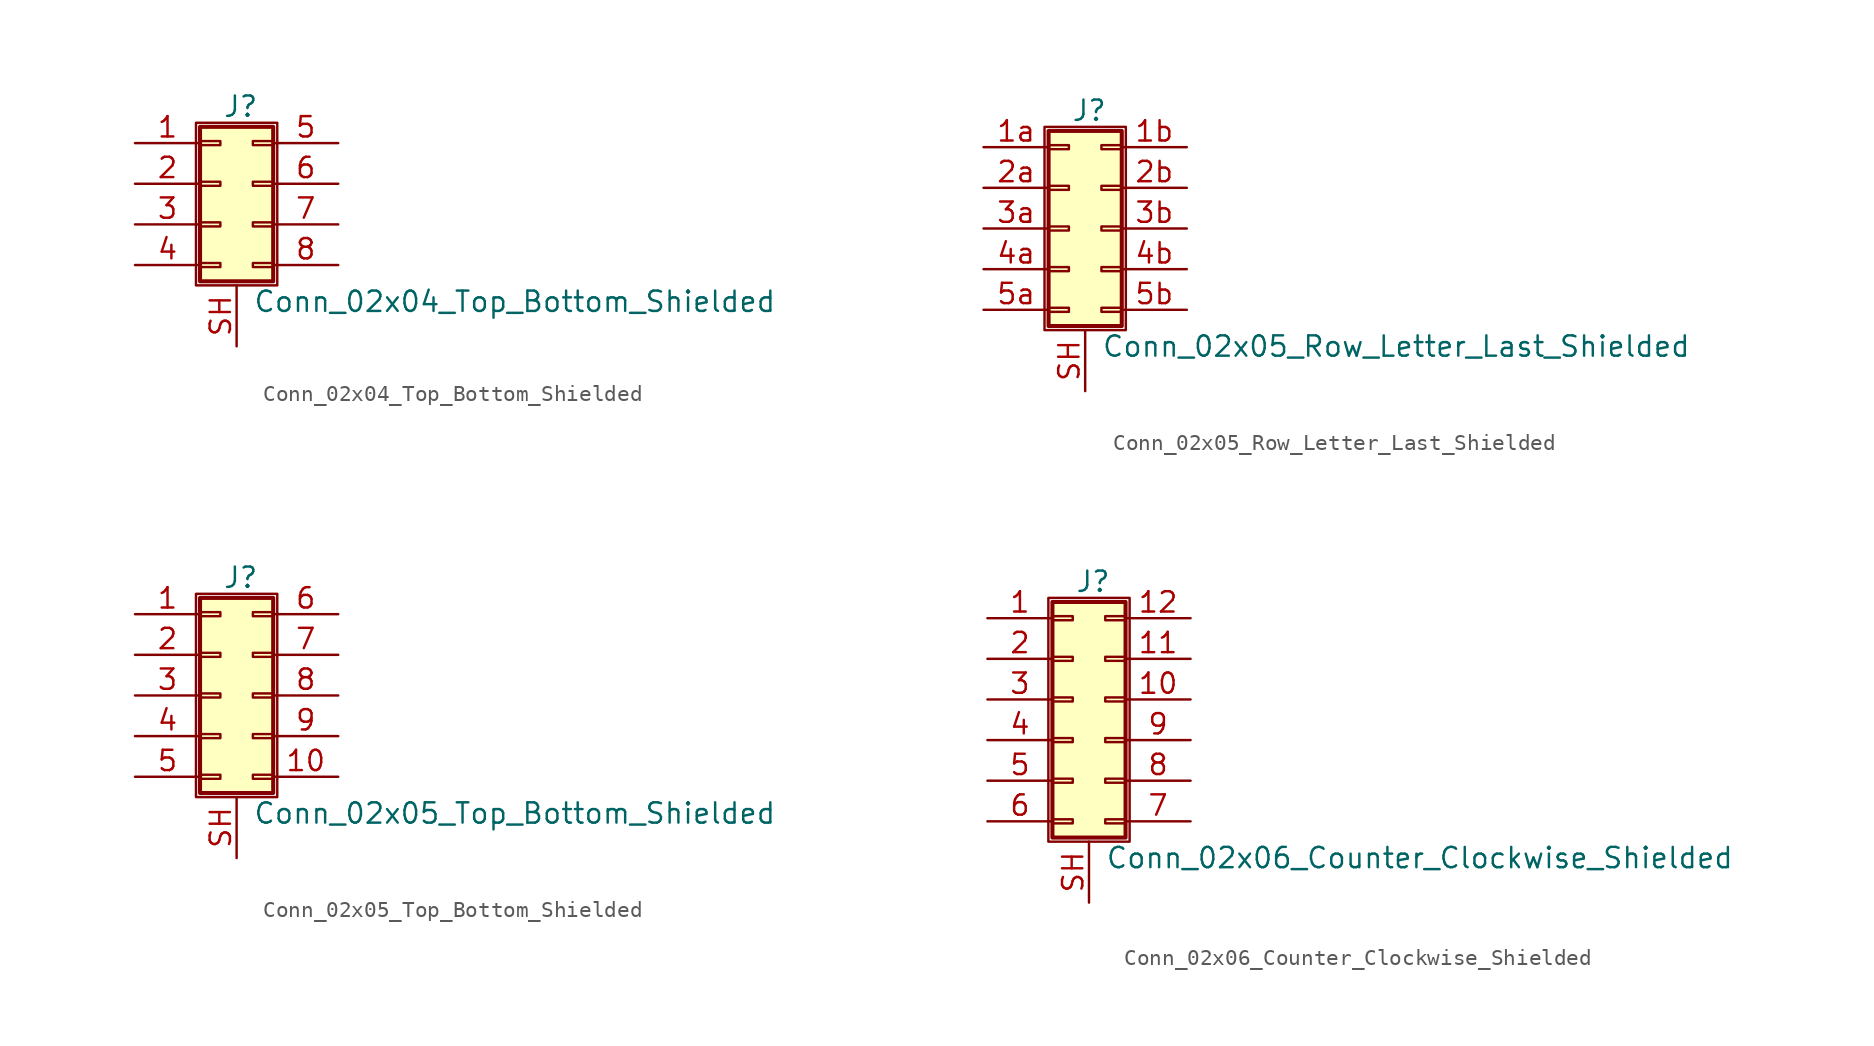
<source format=kicad_sym>
(kicad_symbol_lib
  (version 20201005)
  (generator kicad_symbol_editor)
  (symbol "Conn_02x04_Top_Bottom_Shielded"
    (pin_names
      (offset 1.016) hide)
    (property "Reference" "J"
      (at 1.524 4.826 0)
      (effects (font (size 1.27 1.27))))
    (property "Value" "Conn_02x04_Top_Bottom_Shielded"
      (at 2.286 -7.366 0)
      (effects (font (size 1.27 1.27)) (justify left)))
    (symbol "Conn_02x04_Top_Bottom_Shielded_1_1"
      (rectangle (start -1.27 3.81) (end 3.81 -6.35) (stroke (width 0.152)) (fill (type none)))
      (rectangle (start -1.016 -4.953) (end 0.254 -5.207) (stroke (width 0.152)) (fill (type none)))
      (rectangle (start -1.016 -2.413) (end 0.254 -2.667) (stroke (width 0.152)) (fill (type none)))
      (rectangle (start -1.016 0.127) (end 0.254 -0.127) (stroke (width 0.152)) (fill (type none)))
      (rectangle (start -1.016 2.667) (end 0.254 2.413) (stroke (width 0.152)) (fill (type none)))
      (rectangle (start -1.016 3.556) (end 3.556 -6.096) (stroke (width 0.254)) (fill (type background)))
      (rectangle (start 3.556 -4.953) (end 2.286 -5.207) (stroke (width 0.152)) (fill (type none)))
      (rectangle (start 3.556 -2.413) (end 2.286 -2.667) (stroke (width 0.152)) (fill (type none)))
      (rectangle (start 3.556 0.127) (end 2.286 -0.127) (stroke (width 0.152)) (fill (type none)))
      (rectangle (start 3.556 2.667) (end 2.286 2.413) (stroke (width 0.152)) (fill (type none)))
      (pin passive line (at -5.08 2.54 0) (length 4.064) (name "Pin_1" (effects (font (size 1.27 1.27)))) (number "1" (effects (font (size 1.27 1.27)))))
      (pin passive line (at -5.08 0 0) (length 4.064) (name "Pin_2" (effects (font (size 1.27 1.27)))) (number "2" (effects (font (size 1.27 1.27)))))
      (pin passive line (at -5.08 -2.54 0) (length 4.064) (name "Pin_3" (effects (font (size 1.27 1.27)))) (number "3" (effects (font (size 1.27 1.27)))))
      (pin passive line (at -5.08 -5.08 0) (length 4.064) (name "Pin_4" (effects (font (size 1.27 1.27)))) (number "4" (effects (font (size 1.27 1.27)))))
      (pin passive line (at 7.62 2.54 180) (length 4.064) (name "Pin_5" (effects (font (size 1.27 1.27)))) (number "5" (effects (font (size 1.27 1.27)))))
      (pin passive line (at 7.62 0 180) (length 4.064) (name "Pin_6" (effects (font (size 1.27 1.27)))) (number "6" (effects (font (size 1.27 1.27)))))
      (pin passive line (at 7.62 -2.54 180) (length 4.064) (name "Pin_7" (effects (font (size 1.27 1.27)))) (number "7" (effects (font (size 1.27 1.27)))))
      (pin passive line (at 7.62 -5.08 180) (length 4.064) (name "Pin_8" (effects (font (size 1.27 1.27)))) (number "8" (effects (font (size 1.27 1.27)))))
      (pin passive line (at 1.27 -10.16 90) (length 3.81) (name "Shield" (effects (font (size 1.27 1.27)))) (number "SH" (effects (font (size 1.27 1.27)))))))
  (symbol "Conn_02x05_Row_Letter_Last_Shielded"
    (pin_names
      (offset 1.016) hide)
    (property "Reference" "J"
      (at 1.524 7.366 0)
      (effects (font (size 1.27 1.27))))
    (property "Value" "Conn_02x05_Row_Letter_Last_Shielded"
      (at 2.286 -7.366 0)
      (effects (font (size 1.27 1.27)) (justify left)))
    (symbol "Conn_02x05_Row_Letter_Last_Shielded_1_1"
      (rectangle (start -1.27 6.35) (end 3.81 -6.35) (stroke (width 0.152)) (fill (type none)))
      (rectangle (start -1.016 -4.953) (end 0.254 -5.207) (stroke (width 0.152)) (fill (type none)))
      (rectangle (start -1.016 -2.413) (end 0.254 -2.667) (stroke (width 0.152)) (fill (type none)))
      (rectangle (start -1.016 0.127) (end 0.254 -0.127) (stroke (width 0.152)) (fill (type none)))
      (rectangle (start -1.016 2.667) (end 0.254 2.413) (stroke (width 0.152)) (fill (type none)))
      (rectangle (start -1.016 5.207) (end 0.254 4.953) (stroke (width 0.152)) (fill (type none)))
      (rectangle (start -1.016 6.096) (end 3.556 -6.096) (stroke (width 0.254)) (fill (type background)))
      (rectangle (start 3.556 -4.953) (end 2.286 -5.207) (stroke (width 0.152)) (fill (type none)))
      (rectangle (start 3.556 -2.413) (end 2.286 -2.667) (stroke (width 0.152)) (fill (type none)))
      (rectangle (start 3.556 0.127) (end 2.286 -0.127) (stroke (width 0.152)) (fill (type none)))
      (rectangle (start 3.556 2.667) (end 2.286 2.413) (stroke (width 0.152)) (fill (type none)))
      (rectangle (start 3.556 5.207) (end 2.286 4.953) (stroke (width 0.152)) (fill (type none)))
      (pin passive line (at -5.08 5.08 0) (length 4.064) (name "Pin_1a" (effects (font (size 1.27 1.27)))) (number "1a" (effects (font (size 1.27 1.27)))))
      (pin passive line (at 7.62 5.08 180) (length 4.064) (name "Pin_1b" (effects (font (size 1.27 1.27)))) (number "1b" (effects (font (size 1.27 1.27)))))
      (pin passive line (at -5.08 2.54 0) (length 4.064) (name "Pin_2a" (effects (font (size 1.27 1.27)))) (number "2a" (effects (font (size 1.27 1.27)))))
      (pin passive line (at 7.62 2.54 180) (length 4.064) (name "Pin_2b" (effects (font (size 1.27 1.27)))) (number "2b" (effects (font (size 1.27 1.27)))))
      (pin passive line (at -5.08 0 0) (length 4.064) (name "Pin_3a" (effects (font (size 1.27 1.27)))) (number "3a" (effects (font (size 1.27 1.27)))))
      (pin passive line (at 7.62 0 180) (length 4.064) (name "Pin_3b" (effects (font (size 1.27 1.27)))) (number "3b" (effects (font (size 1.27 1.27)))))
      (pin passive line (at -5.08 -2.54 0) (length 4.064) (name "Pin_4a" (effects (font (size 1.27 1.27)))) (number "4a" (effects (font (size 1.27 1.27)))))
      (pin passive line (at 7.62 -2.54 180) (length 4.064) (name "Pin_4b" (effects (font (size 1.27 1.27)))) (number "4b" (effects (font (size 1.27 1.27)))))
      (pin passive line (at -5.08 -5.08 0) (length 4.064) (name "Pin_5a" (effects (font (size 1.27 1.27)))) (number "5a" (effects (font (size 1.27 1.27)))))
      (pin passive line (at 7.62 -5.08 180) (length 4.064) (name "Pin_5b" (effects (font (size 1.27 1.27)))) (number "5b" (effects (font (size 1.27 1.27)))))
      (pin passive line (at 1.27 -10.16 90) (length 3.81) (name "Shield" (effects (font (size 1.27 1.27)))) (number "SH" (effects (font (size 1.27 1.27)))))))
  (symbol "Conn_02x05_Top_Bottom_Shielded"
    (pin_names
      (offset 1.016) hide)
    (property "Reference" "J"
      (at 1.524 7.366 0)
      (effects (font (size 1.27 1.27))))
    (property "Value" "Conn_02x05_Top_Bottom_Shielded"
      (at 2.286 -7.366 0)
      (effects (font (size 1.27 1.27)) (justify left)))
    (symbol "Conn_02x05_Top_Bottom_Shielded_1_1"
      (rectangle (start -1.27 6.35) (end 3.81 -6.35) (stroke (width 0.152)) (fill (type none)))
      (rectangle (start -1.016 -4.953) (end 0.254 -5.207) (stroke (width 0.152)) (fill (type none)))
      (rectangle (start -1.016 -2.413) (end 0.254 -2.667) (stroke (width 0.152)) (fill (type none)))
      (rectangle (start -1.016 0.127) (end 0.254 -0.127) (stroke (width 0.152)) (fill (type none)))
      (rectangle (start -1.016 2.667) (end 0.254 2.413) (stroke (width 0.152)) (fill (type none)))
      (rectangle (start -1.016 5.207) (end 0.254 4.953) (stroke (width 0.152)) (fill (type none)))
      (rectangle (start -1.016 6.096) (end 3.556 -6.096) (stroke (width 0.254)) (fill (type background)))
      (rectangle (start 3.556 -4.953) (end 2.286 -5.207) (stroke (width 0.152)) (fill (type none)))
      (rectangle (start 3.556 -2.413) (end 2.286 -2.667) (stroke (width 0.152)) (fill (type none)))
      (rectangle (start 3.556 0.127) (end 2.286 -0.127) (stroke (width 0.152)) (fill (type none)))
      (rectangle (start 3.556 2.667) (end 2.286 2.413) (stroke (width 0.152)) (fill (type none)))
      (rectangle (start 3.556 5.207) (end 2.286 4.953) (stroke (width 0.152)) (fill (type none)))
      (pin passive line (at -5.08 5.08 0) (length 4.064) (name "Pin_1" (effects (font (size 1.27 1.27)))) (number "1" (effects (font (size 1.27 1.27)))))
      (pin passive line (at 7.62 -5.08 180) (length 4.064) (name "Pin_10" (effects (font (size 1.27 1.27)))) (number "10" (effects (font (size 1.27 1.27)))))
      (pin passive line (at -5.08 2.54 0) (length 4.064) (name "Pin_2" (effects (font (size 1.27 1.27)))) (number "2" (effects (font (size 1.27 1.27)))))
      (pin passive line (at -5.08 0 0) (length 4.064) (name "Pin_3" (effects (font (size 1.27 1.27)))) (number "3" (effects (font (size 1.27 1.27)))))
      (pin passive line (at -5.08 -2.54 0) (length 4.064) (name "Pin_4" (effects (font (size 1.27 1.27)))) (number "4" (effects (font (size 1.27 1.27)))))
      (pin passive line (at -5.08 -5.08 0) (length 4.064) (name "Pin_5" (effects (font (size 1.27 1.27)))) (number "5" (effects (font (size 1.27 1.27)))))
      (pin passive line (at 7.62 5.08 180) (length 4.064) (name "Pin_6" (effects (font (size 1.27 1.27)))) (number "6" (effects (font (size 1.27 1.27)))))
      (pin passive line (at 7.62 2.54 180) (length 4.064) (name "Pin_7" (effects (font (size 1.27 1.27)))) (number "7" (effects (font (size 1.27 1.27)))))
      (pin passive line (at 7.62 0 180) (length 4.064) (name "Pin_8" (effects (font (size 1.27 1.27)))) (number "8" (effects (font (size 1.27 1.27)))))
      (pin passive line (at 7.62 -2.54 180) (length 4.064) (name "Pin_9" (effects (font (size 1.27 1.27)))) (number "9" (effects (font (size 1.27 1.27)))))
      (pin passive line (at 1.27 -10.16 90) (length 3.81) (name "Shield" (effects (font (size 1.27 1.27)))) (number "SH" (effects (font (size 1.27 1.27)))))))
  (symbol "Conn_02x06_Counter_Clockwise_Shielded"
    (pin_names
      (offset 1.016) hide)
    (property "Reference" "J"
      (at 1.524 7.366 0)
      (effects (font (size 1.27 1.27))))
    (property "Value" "Conn_02x06_Counter_Clockwise_Shielded"
      (at 2.286 -9.906 0)
      (effects (font (size 1.27 1.27)) (justify left)))
    (symbol "Conn_02x06_Counter_Clockwise_Shielded_1_1"
      (rectangle (start -1.27 6.35) (end 3.81 -8.89) (stroke (width 0.152)) (fill (type none)))
      (rectangle (start -1.016 -7.493) (end 0.254 -7.747) (stroke (width 0.152)) (fill (type none)))
      (rectangle (start -1.016 -4.953) (end 0.254 -5.207) (stroke (width 0.152)) (fill (type none)))
      (rectangle (start -1.016 -2.413) (end 0.254 -2.667) (stroke (width 0.152)) (fill (type none)))
      (rectangle (start -1.016 0.127) (end 0.254 -0.127) (stroke (width 0.152)) (fill (type none)))
      (rectangle (start -1.016 2.667) (end 0.254 2.413) (stroke (width 0.152)) (fill (type none)))
      (rectangle (start -1.016 5.207) (end 0.254 4.953) (stroke (width 0.152)) (fill (type none)))
      (rectangle (start -1.016 6.096) (end 3.556 -8.636) (stroke (width 0.254)) (fill (type background)))
      (rectangle (start 3.556 -7.493) (end 2.286 -7.747) (stroke (width 0.152)) (fill (type none)))
      (rectangle (start 3.556 -4.953) (end 2.286 -5.207) (stroke (width 0.152)) (fill (type none)))
      (rectangle (start 3.556 -2.413) (end 2.286 -2.667) (stroke (width 0.152)) (fill (type none)))
      (rectangle (start 3.556 0.127) (end 2.286 -0.127) (stroke (width 0.152)) (fill (type none)))
      (rectangle (start 3.556 2.667) (end 2.286 2.413) (stroke (width 0.152)) (fill (type none)))
      (rectangle (start 3.556 5.207) (end 2.286 4.953) (stroke (width 0.152)) (fill (type none)))
      (pin passive line (at -5.08 5.08 0) (length 4.064) (name "Pin_1" (effects (font (size 1.27 1.27)))) (number "1" (effects (font (size 1.27 1.27)))))
      (pin passive line (at 7.62 0 180) (length 4.064) (name "Pin_10" (effects (font (size 1.27 1.27)))) (number "10" (effects (font (size 1.27 1.27)))))
      (pin passive line (at 7.62 2.54 180) (length 4.064) (name "Pin_11" (effects (font (size 1.27 1.27)))) (number "11" (effects (font (size 1.27 1.27)))))
      (pin passive line (at 7.62 5.08 180) (length 4.064) (name "Pin_12" (effects (font (size 1.27 1.27)))) (number "12" (effects (font (size 1.27 1.27)))))
      (pin passive line (at -5.08 2.54 0) (length 4.064) (name "Pin_2" (effects (font (size 1.27 1.27)))) (number "2" (effects (font (size 1.27 1.27)))))
      (pin passive line (at -5.08 0 0) (length 4.064) (name "Pin_3" (effects (font (size 1.27 1.27)))) (number "3" (effects (font (size 1.27 1.27)))))
      (pin passive line (at -5.08 -2.54 0) (length 4.064) (name "Pin_4" (effects (font (size 1.27 1.27)))) (number "4" (effects (font (size 1.27 1.27)))))
      (pin passive line (at -5.08 -5.08 0) (length 4.064) (name "Pin_5" (effects (font (size 1.27 1.27)))) (number "5" (effects (font (size 1.27 1.27)))))
      (pin passive line (at -5.08 -7.62 0) (length 4.064) (name "Pin_6" (effects (font (size 1.27 1.27)))) (number "6" (effects (font (size 1.27 1.27)))))
      (pin passive line (at 7.62 -7.62 180) (length 4.064) (name "Pin_7" (effects (font (size 1.27 1.27)))) (number "7" (effects (font (size 1.27 1.27)))))
      (pin passive line (at 7.62 -5.08 180) (length 4.064) (name "Pin_8" (effects (font (size 1.27 1.27)))) (number "8" (effects (font (size 1.27 1.27)))))
      (pin passive line (at 7.62 -2.54 180) (length 4.064) (name "Pin_9" (effects (font (size 1.27 1.27)))) (number "9" (effects (font (size 1.27 1.27)))))
      (pin passive line (at 1.27 -12.7 90) (length 3.81) (name "Shield" (effects (font (size 1.27 1.27)))) (number "SH" (effects (font (size 1.27 1.27))))))))
</source>
